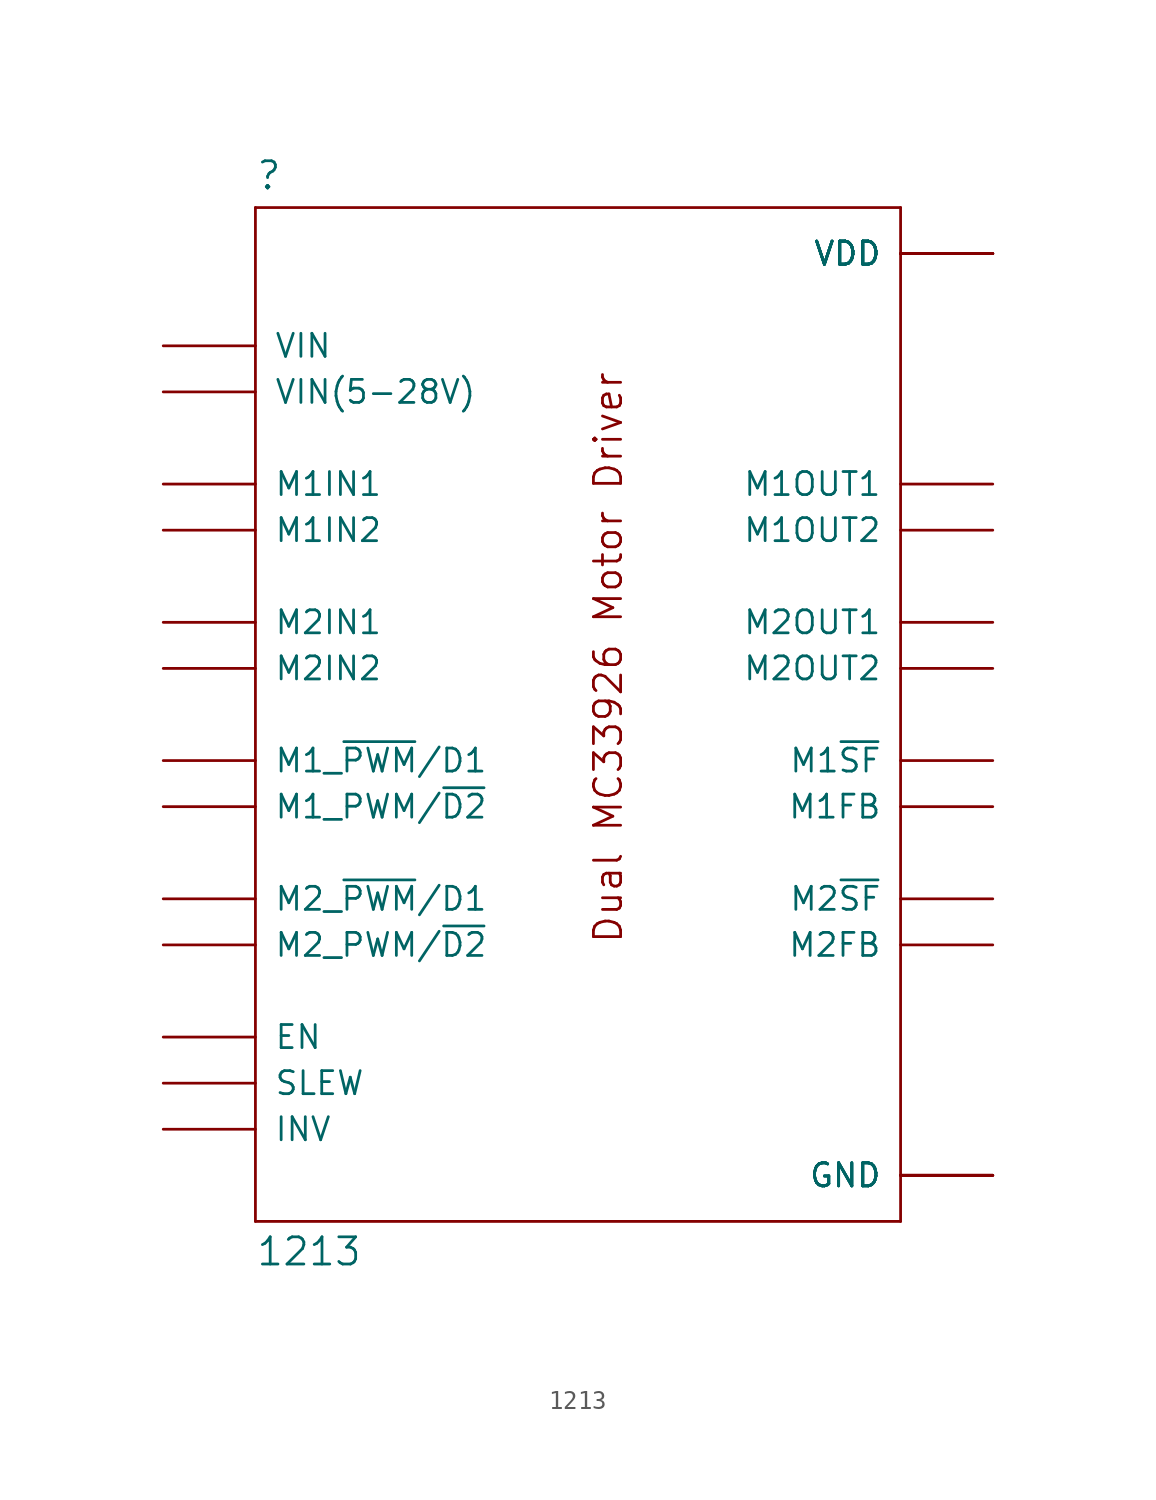
<source format=kicad_sym>
(kicad_symbol_lib
  (version 20211014)
  (generator kicad_symbol_editor)
  (symbol "1213"
    (pin_names
      (offset 1.016))
    (property "Reference" ""
      (at -17.78 26.289 0)
      (effects (font (size 1.499 1.499)) (justify left bottom)))
    (property "Value" "1213"
      (at -17.78 -33.02 0)
      (effects (font (size 1.499 1.499)) (justify left bottom)))
    (property "ki_locked" ""
      (at 0 0 0)
      (effects (font (size 1.27 1.27))))
    (symbol "1213_1_0"
      (polyline (pts (xy -17.78 -30.48) (xy 17.78 -30.48)) (stroke (width 0) (type default) (color 0 0 0 0)) (fill (type none)))
      (polyline (pts (xy -17.78 25.4) (xy -17.78 -30.48)) (stroke (width 0) (type default) (color 0 0 0 0)) (fill (type none)))
      (polyline (pts (xy 17.78 -30.48) (xy 17.78 25.4)) (stroke (width 0) (type default) (color 0 0 0 0)) (fill (type none)))
      (polyline (pts (xy 17.78 25.4) (xy -17.78 25.4)) (stroke (width 0) (type default) (color 0 0 0 0)) (fill (type none)))
      (text "Dual MC33926 Motor Driver" (at 2.54 -15.24 900) (effects (font (size 1.499 1.499)) (justify left bottom)))
      (pin input line (at -22.86 -20.32 0) (length 5.08) (name "EN" (effects (font (size 1.27 1.27)))) (number "EN" (effects (font (size 0 0)))))
      (pin power_in line (at 22.86 -27.94 180) (length 5.08) (name "GND" (effects (font (size 1.27 1.27)))) (number "GND" (effects (font (size 0 0)))))
      (pin power_in line (at 22.86 -27.94 180) (length 5.08) (name "GND" (effects (font (size 1.27 1.27)))) (number "GND$1" (effects (font (size 0 0)))))
      (pin power_in line (at 22.86 -27.94 180) (length 5.08) (name "GND" (effects (font (size 1.27 1.27)))) (number "GND$2" (effects (font (size 0 0)))))
      (pin input line (at -22.86 -25.4 0) (length 5.08) (name "INV" (effects (font (size 1.27 1.27)))) (number "INV" (effects (font (size 0 0)))))
      (pin output line (at 22.86 -7.62 180) (length 5.08) (name "M1FB" (effects (font (size 1.27 1.27)))) (number "M1FB" (effects (font (size 0 0)))))
      (pin input line (at -22.86 10.16 0) (length 5.08) (name "M1IN1" (effects (font (size 1.27 1.27)))) (number "M1IN1" (effects (font (size 0 0)))))
      (pin input line (at -22.86 7.62 0) (length 5.08) (name "M1IN2" (effects (font (size 1.27 1.27)))) (number "M1IN2" (effects (font (size 0 0)))))
      (pin output line (at 22.86 10.16 180) (length 5.08) (name "M1OUT1" (effects (font (size 1.27 1.27)))) (number "M1OUT1" (effects (font (size 0 0)))))
      (pin output line (at 22.86 7.62 180) (length 5.08) (name "M1OUT2" (effects (font (size 1.27 1.27)))) (number "M1OUT2" (effects (font (size 0 0)))))
      (pin input line (at -22.86 -5.08 0) (length 5.08) (name "M1_~{PWM}/D1" (effects (font (size 1.27 1.27)))) (number "M1PWM1" (effects (font (size 0 0)))))
      (pin input line (at -22.86 -7.62 0) (length 5.08) (name "M1_PWM/~{D2}" (effects (font (size 1.27 1.27)))) (number "M1PWM2" (effects (font (size 0 0)))))
      (pin output line (at 22.86 -5.08 180) (length 5.08) (name "M1~{SF}" (effects (font (size 1.27 1.27)))) (number "M1SF" (effects (font (size 0 0)))))
      (pin output line (at 22.86 -15.24 180) (length 5.08) (name "M2FB" (effects (font (size 1.27 1.27)))) (number "M2FB" (effects (font (size 0 0)))))
      (pin input line (at -22.86 2.54 0) (length 5.08) (name "M2IN1" (effects (font (size 1.27 1.27)))) (number "M2IN1" (effects (font (size 0 0)))))
      (pin input line (at -22.86 0 0) (length 5.08) (name "M2IN2" (effects (font (size 1.27 1.27)))) (number "M2IN2" (effects (font (size 0 0)))))
      (pin output line (at 22.86 2.54 180) (length 5.08) (name "M2OUT1" (effects (font (size 1.27 1.27)))) (number "M2OUT1" (effects (font (size 0 0)))))
      (pin output line (at 22.86 0 180) (length 5.08) (name "M2OUT2" (effects (font (size 1.27 1.27)))) (number "M2OUT2" (effects (font (size 0 0)))))
      (pin input line (at -22.86 -12.7 0) (length 5.08) (name "M2_~{PWM}/D1" (effects (font (size 1.27 1.27)))) (number "M2PWM1" (effects (font (size 0 0)))))
      (pin input line (at -22.86 -15.24 0) (length 5.08) (name "M2_PWM/~{D2}" (effects (font (size 1.27 1.27)))) (number "M2PWM2" (effects (font (size 0 0)))))
      (pin output line (at 22.86 -12.7 180) (length 5.08) (name "M2~{SF}" (effects (font (size 1.27 1.27)))) (number "M2SF" (effects (font (size 0 0)))))
      (pin power_in line (at 22.86 -27.94 180) (length 5.08) (name "GND" (effects (font (size 1.27 1.27)))) (number "MGND" (effects (font (size 0 0)))))
      (pin input line (at -22.86 15.24 0) (length 5.08) (name "VIN(5-28V)" (effects (font (size 1.27 1.27)))) (number "MVIN" (effects (font (size 0 0)))))
      (pin input line (at -22.86 -22.86 0) (length 5.08) (name "SLEW" (effects (font (size 1.27 1.27)))) (number "SLEW" (effects (font (size 0 0)))))
      (pin power_in line (at 22.86 22.86 180) (length 5.08) (name "VDD" (effects (font (size 1.27 1.27)))) (number "VDD" (effects (font (size 0 0)))))
      (pin power_in line (at 22.86 22.86 180) (length 5.08) (name "VDD" (effects (font (size 1.27 1.27)))) (number "VDD$1" (effects (font (size 0 0)))))
      (pin power_in line (at 22.86 22.86 180) (length 5.08) (name "VDD" (effects (font (size 1.27 1.27)))) (number "VDD$2" (effects (font (size 0 0)))))
      (pin power_in line (at 22.86 22.86 180) (length 5.08) (name "VDD" (effects (font (size 1.27 1.27)))) (number "VDD$3" (effects (font (size 0 0)))))
      (pin power_in line (at 22.86 22.86 180) (length 5.08) (name "VDD" (effects (font (size 1.27 1.27)))) (number "VDD$4" (effects (font (size 0 0)))))
      (pin power_in line (at 22.86 22.86 180) (length 5.08) (name "VDD" (effects (font (size 1.27 1.27)))) (number "VDD$5" (effects (font (size 0 0)))))
      (pin input line (at -22.86 17.78 0) (length 5.08) (name "VIN" (effects (font (size 1.27 1.27)))) (number "VIN" (effects (font (size 0 0))))))))
</source>
